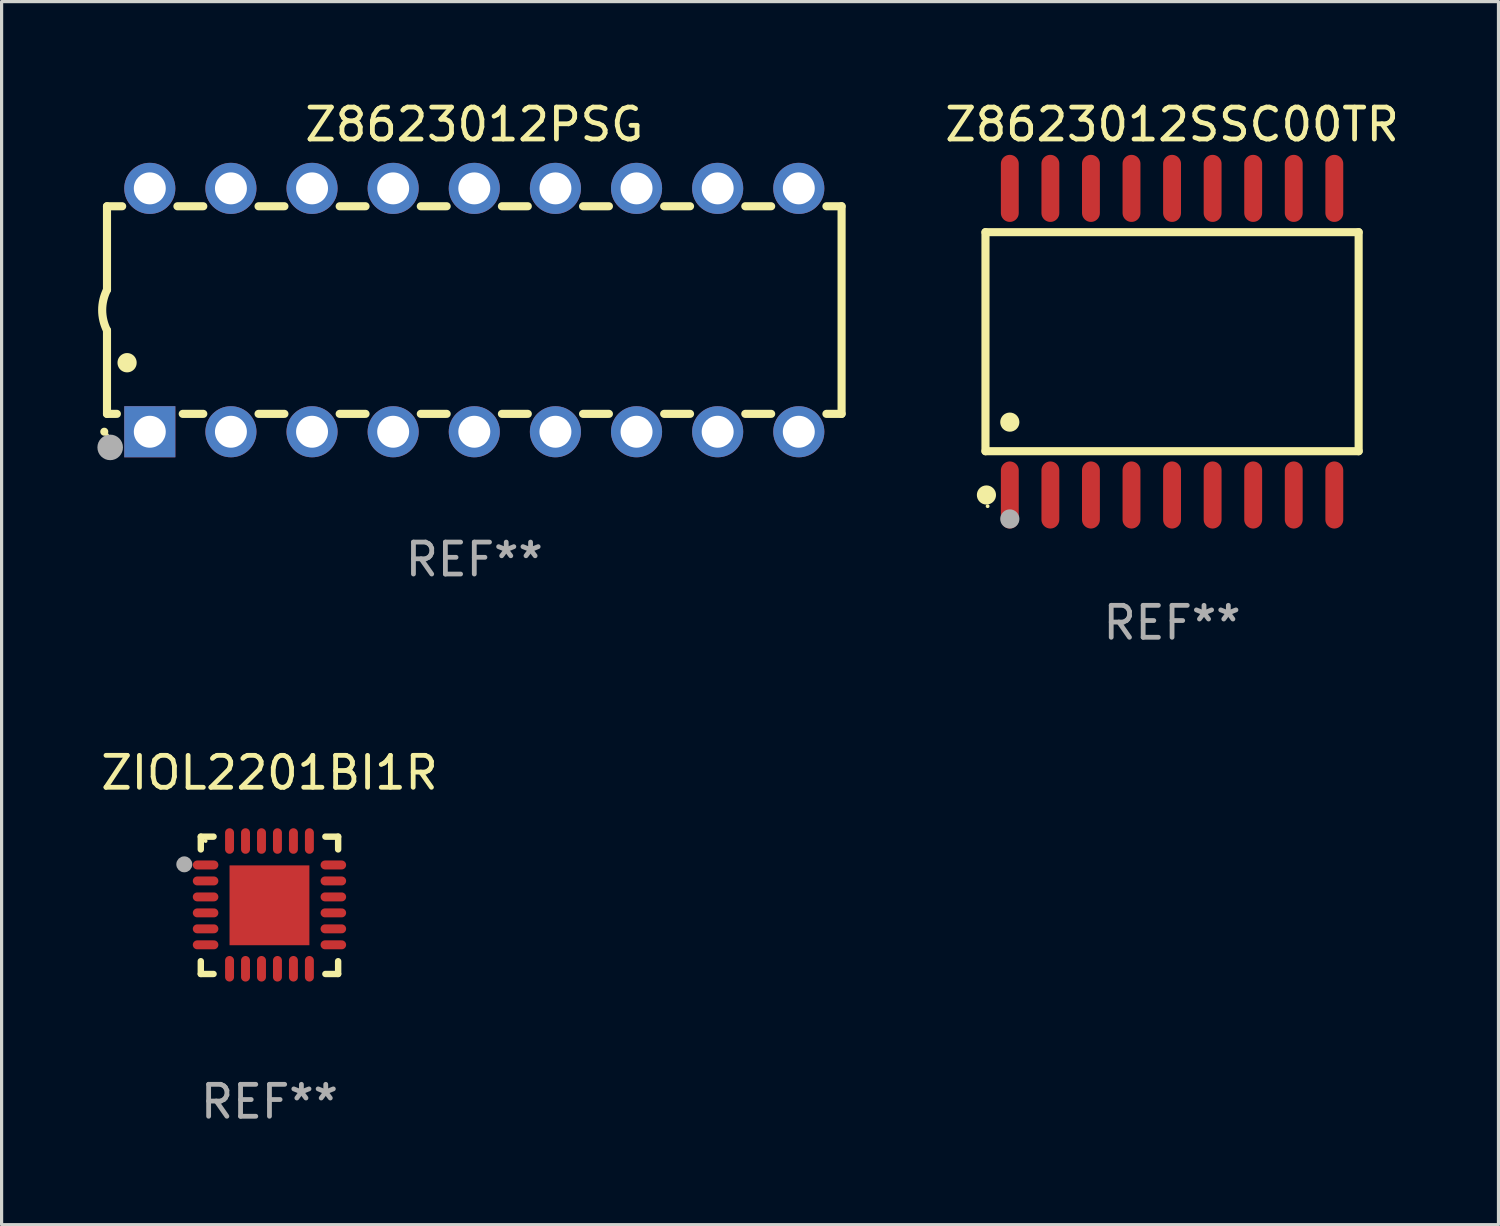
<source format=kicad_pcb>
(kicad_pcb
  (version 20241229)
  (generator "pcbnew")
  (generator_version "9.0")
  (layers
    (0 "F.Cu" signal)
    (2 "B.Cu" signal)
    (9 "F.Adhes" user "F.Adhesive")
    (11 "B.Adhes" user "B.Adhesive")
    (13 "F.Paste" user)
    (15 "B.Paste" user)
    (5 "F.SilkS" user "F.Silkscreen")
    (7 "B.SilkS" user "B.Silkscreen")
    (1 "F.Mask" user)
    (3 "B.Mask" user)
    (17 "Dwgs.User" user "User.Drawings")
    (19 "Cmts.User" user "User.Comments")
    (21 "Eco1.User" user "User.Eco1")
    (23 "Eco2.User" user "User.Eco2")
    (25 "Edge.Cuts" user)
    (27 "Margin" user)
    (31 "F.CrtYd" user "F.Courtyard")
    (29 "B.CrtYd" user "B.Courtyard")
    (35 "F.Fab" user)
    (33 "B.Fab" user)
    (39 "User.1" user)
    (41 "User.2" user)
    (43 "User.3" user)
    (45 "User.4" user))
  (footprint "ZIOL2201BI1R"
    (layer "F.Cu")
    (at 5.387 25.295)
    (property "Reference" "ZIOL2201BI1R" (at 0 -4.15 0) (layer "F.SilkS") (effects (font (size 1 1) (thickness 0.15))))
    (attr through_hole)
    (fp_line (start -2.15 -2.15) (end -1.75 -2.15) (stroke (width 0.2) (type solid)) (layer "F.SilkS"))
    (fp_line (start -2.15 -1.75) (end -2.15 -2.15) (stroke (width 0.2) (type solid)) (layer "F.SilkS"))
    (fp_line (start -2.15 2.15) (end -2.15 1.75) (stroke (width 0.2) (type solid)) (layer "F.SilkS"))
    (fp_line (start -1.75 2.15) (end -2.15 2.15) (stroke (width 0.2) (type solid)) (layer "F.SilkS"))
    (fp_line (start 1.75 -2.15) (end 2.15 -2.15) (stroke (width 0.2) (type solid)) (layer "F.SilkS"))
    (fp_line (start 1.75 2.15) (end 2.15 2.15) (stroke (width 0.2) (type solid)) (layer "F.SilkS"))
    (fp_line (start 2.15 -2.15) (end 2.15 -1.75) (stroke (width 0.2) (type solid)) (layer "F.SilkS"))
    (fp_line (start 2.15 2.15) (end 2.15 1.75) (stroke (width 0.2) (type solid)) (layer "F.SilkS"))
    (fp_circle (center -2 -2.013) (end -1.97 -2.013) (stroke (width 0.06) (type solid)) (fill no) (layer "F.SilkS"))
    (fp_circle (center -2.667 -1.283) (end -2.542 -1.283) (stroke (width 0.25) (type solid)) (fill no) (layer "F.Fab"))
    (fp_text user "REF**" (at 0 6.15 0) (layer "F.Fab") (effects (font (size 1 1) (thickness 0.15))))
    (pad "1" smd oval (at -2 -1.263) (size 0.8 0.28) (layers "F.Cu" "F.Mask" "F.Paste"))
    (pad "2" smd oval (at -2 -0.763) (size 0.8 0.28) (layers "F.Cu" "F.Mask" "F.Paste"))
    (pad "3" smd oval (at -2 -0.263) (size 0.8 0.28) (layers "F.Cu" "F.Mask" "F.Paste"))
    (pad "4" smd oval (at -2 0.237) (size 0.8 0.28) (layers "F.Cu" "F.Mask" "F.Paste"))
    (pad "5" smd oval (at -2 0.737) (size 0.8 0.28) (layers "F.Cu" "F.Mask" "F.Paste"))
    (pad "6" smd oval (at -2 1.237) (size 0.8 0.28) (layers "F.Cu" "F.Mask" "F.Paste"))
    (pad "7" smd oval (at -1.25 1.987) (size 0.28 0.8) (layers "F.Cu" "F.Mask" "F.Paste"))
    (pad "8" smd oval (at -0.75 1.987) (size 0.28 0.8) (layers "F.Cu" "F.Mask" "F.Paste"))
    (pad "9" smd oval (at -0.25 1.987) (size 0.28 0.8) (layers "F.Cu" "F.Mask" "F.Paste"))
    (pad "10" smd oval (at 0.25 1.987) (size 0.28 0.8) (layers "F.Cu" "F.Mask" "F.Paste"))
    (pad "11" smd oval (at 0.75 1.987) (size 0.28 0.8) (layers "F.Cu" "F.Mask" "F.Paste"))
    (pad "12" smd oval (at 1.25 1.987) (size 0.28 0.8) (layers "F.Cu" "F.Mask" "F.Paste"))
    (pad "13" smd oval (at 2 1.237) (size 0.8 0.28) (layers "F.Cu" "F.Mask" "F.Paste"))
    (pad "14" smd oval (at 2 0.737) (size 0.8 0.28) (layers "F.Cu" "F.Mask" "F.Paste"))
    (pad "15" smd oval (at 2 0.237) (size 0.8 0.28) (layers "F.Cu" "F.Mask" "F.Paste"))
    (pad "16" smd oval (at 2 -0.263) (size 0.8 0.28) (layers "F.Cu" "F.Mask" "F.Paste"))
    (pad "17" smd oval (at 2 -0.763) (size 0.8 0.28) (layers "F.Cu" "F.Mask" "F.Paste"))
    (pad "18" smd oval (at 2 -1.263) (size 0.8 0.28) (layers "F.Cu" "F.Mask" "F.Paste"))
    (pad "19" smd oval (at 1.25 -2.013) (size 0.28 0.8) (layers "F.Cu" "F.Mask" "F.Paste"))
    (pad "20" smd oval (at 0.75 -2.013) (size 0.28 0.8) (layers "F.Cu" "F.Mask" "F.Paste"))
    (pad "21" smd oval (at 0.25 -2.013) (size 0.28 0.8) (layers "F.Cu" "F.Mask" "F.Paste"))
    (pad "22" smd oval (at -0.25 -2.013) (size 0.28 0.8) (layers "F.Cu" "F.Mask" "F.Paste"))
    (pad "23" smd oval (at -0.75 -2.013) (size 0.28 0.8) (layers "F.Cu" "F.Mask" "F.Paste"))
    (pad "24" smd oval (at -1.25 -2.013) (size 0.28 0.8) (layers "F.Cu" "F.Mask" "F.Paste"))
    (pad "25" smd rect (at -0.000127 -0.00014) (size 2.5 2.5) (layers "F.Cu" "F.Mask" "F.Paste")))
  (footprint "Z8623012SSC00TR"
    (layer "F.Cu")
    (at 33.647 7.648)
    (property "Reference" "Z8623012SSC00TR" (at 0 -6.8 0) (layer "F.SilkS") (effects (font (size 1 1) (thickness 0.15))))
    (attr through_hole)
    (fp_line (start -5.842 -3.429) (end -5.842 3.429) (stroke (width 0.254) (type solid)) (layer "F.SilkS"))
    (fp_line (start -5.842 3.429) (end 5.842 3.429) (stroke (width 0.254) (type solid)) (layer "F.SilkS"))
    (fp_line (start 5.842 -3.429) (end -5.842 -3.429) (stroke (width 0.254) (type solid)) (layer "F.SilkS"))
    (fp_line (start 5.842 3.429) (end 5.842 -3.429) (stroke (width 0.254) (type solid)) (layer "F.SilkS"))
    (fp_circle (center -5.812 4.8) (end -5.662 4.8) (stroke (width 0.3) (type solid)) (fill no) (layer "F.SilkS"))
    (fp_circle (center -5.775 5.15) (end -5.745 5.15) (stroke (width 0.06) (type solid)) (fill no) (layer "F.SilkS"))
    (fp_circle (center -5.08 2.519) (end -4.93 2.519) (stroke (width 0.3) (type solid)) (fill no) (layer "F.SilkS"))
    (fp_circle (center -5.08 5.55) (end -4.93 5.55) (stroke (width 0.3) (type solid)) (fill no) (layer "F.Fab"))
    (fp_text user "REF**" (at 0 8.8 0) (layer "F.Fab") (effects (font (size 1 1) (thickness 0.15))))
    (pad "1" smd oval (at -5.08 4.8) (size 0.56 2.1) (layers "F.Cu" "F.Mask" "F.Paste"))
    (pad "2" smd oval (at -3.81 4.8) (size 0.56 2.1) (layers "F.Cu" "F.Mask" "F.Paste"))
    (pad "3" smd oval (at -2.54 4.8) (size 0.56 2.1) (layers "F.Cu" "F.Mask" "F.Paste"))
    (pad "4" smd oval (at -1.27 4.8) (size 0.56 2.1) (layers "F.Cu" "F.Mask" "F.Paste"))
    (pad "5" smd oval (at 0 4.8) (size 0.56 2.1) (layers "F.Cu" "F.Mask" "F.Paste"))
    (pad "6" smd oval (at 1.27 4.8) (size 0.56 2.1) (layers "F.Cu" "F.Mask" "F.Paste"))
    (pad "7" smd oval (at 2.54 4.8) (size 0.56 2.1) (layers "F.Cu" "F.Mask" "F.Paste"))
    (pad "8" smd oval (at 3.81 4.8) (size 0.56 2.1) (layers "F.Cu" "F.Mask" "F.Paste"))
    (pad "9" smd oval (at 5.08 4.8) (size 0.56 2.1) (layers "F.Cu" "F.Mask" "F.Paste"))
    (pad "10" smd oval (at 5.08 -4.8) (size 0.56 2.1) (layers "F.Cu" "F.Mask" "F.Paste"))
    (pad "11" smd oval (at 3.81 -4.8) (size 0.56 2.1) (layers "F.Cu" "F.Mask" "F.Paste"))
    (pad "12" smd oval (at 2.54 -4.8) (size 0.56 2.1) (layers "F.Cu" "F.Mask" "F.Paste"))
    (pad "13" smd oval (at 1.27 -4.8) (size 0.56 2.1) (layers "F.Cu" "F.Mask" "F.Paste"))
    (pad "14" smd oval (at 0 -4.8) (size 0.56 2.1) (layers "F.Cu" "F.Mask" "F.Paste"))
    (pad "15" smd oval (at -1.27 -4.8) (size 0.56 2.1) (layers "F.Cu" "F.Mask" "F.Paste"))
    (pad "16" smd oval (at -2.54 -4.8) (size 0.56 2.1) (layers "F.Cu" "F.Mask" "F.Paste"))
    (pad "17" smd oval (at -3.81 -4.8) (size 0.56 2.1) (layers "F.Cu" "F.Mask" "F.Paste"))
    (pad "18" smd oval (at -5.08 -4.8) (size 0.56 2.1) (layers "F.Cu" "F.Mask" "F.Paste")))
  (footprint "Z8623012PSG"
    (layer "F.Cu")
    (at 11.8 6.658)
    (property "Reference" "Z8623012PSG" (at 0 -5.81 0) (layer "F.SilkS") (effects (font (size 1 1) (thickness 0.15))))
    (attr through_hole)
    (fp_line (start -11.5 -3.25) (end -11.5 -0.635) (stroke (width 0.254) (type solid)) (layer "F.SilkS"))
    (fp_line (start -11.5 3.25) (end -11.5 0.635) (stroke (width 0.254) (type solid)) (layer "F.SilkS"))
    (fp_line (start -11.5 3.25) (end -11.191 3.25) (stroke (width 0.254) (type solid)) (layer "F.SilkS"))
    (fp_line (start -11.025 -3.25) (end -11.5 -3.25) (stroke (width 0.254) (type solid)) (layer "F.SilkS"))
    (fp_line (start -9.129 3.25) (end -8.485 3.25) (stroke (width 0.254) (type solid)) (layer "F.SilkS"))
    (fp_line (start -8.485 -3.25) (end -9.295 -3.25) (stroke (width 0.254) (type solid)) (layer "F.SilkS"))
    (fp_line (start -6.755 3.25) (end -5.945 3.25) (stroke (width 0.254) (type solid)) (layer "F.SilkS"))
    (fp_line (start -5.945 -3.25) (end -6.755 -3.25) (stroke (width 0.254) (type solid)) (layer "F.SilkS"))
    (fp_line (start -4.215 3.25) (end -3.405 3.25) (stroke (width 0.254) (type solid)) (layer "F.SilkS"))
    (fp_line (start -3.405 -3.25) (end -4.215 -3.25) (stroke (width 0.254) (type solid)) (layer "F.SilkS"))
    (fp_line (start -1.675 3.25) (end -0.865 3.25) (stroke (width 0.254) (type solid)) (layer "F.SilkS"))
    (fp_line (start -0.865 -3.25) (end -1.675 -3.25) (stroke (width 0.254) (type solid)) (layer "F.SilkS"))
    (fp_line (start 0.865 3.25) (end 1.675 3.25) (stroke (width 0.254) (type solid)) (layer "F.SilkS"))
    (fp_line (start 1.675 -3.25) (end 0.865 -3.25) (stroke (width 0.254) (type solid)) (layer "F.SilkS"))
    (fp_line (start 3.405 3.25) (end 4.215 3.25) (stroke (width 0.254) (type solid)) (layer "F.SilkS"))
    (fp_line (start 4.215 -3.25) (end 3.405 -3.25) (stroke (width 0.254) (type solid)) (layer "F.SilkS"))
    (fp_line (start 5.945 3.25) (end 6.755 3.25) (stroke (width 0.254) (type solid)) (layer "F.SilkS"))
    (fp_line (start 6.755 -3.25) (end 5.945 -3.25) (stroke (width 0.254) (type solid)) (layer "F.SilkS"))
    (fp_line (start 8.485 3.25) (end 9.295 3.25) (stroke (width 0.254) (type solid)) (layer "F.SilkS"))
    (fp_line (start 9.295 -3.25) (end 8.485 -3.25) (stroke (width 0.254) (type solid)) (layer "F.SilkS"))
    (fp_line (start 11.025 3.25) (end 11.5 3.25) (stroke (width 0.254) (type solid)) (layer "F.SilkS"))
    (fp_line (start 11.5 -3.25) (end 11.025 -3.25) (stroke (width 0.254) (type solid)) (layer "F.SilkS"))
    (fp_line (start 11.5 -3.25) (end 11.5 3.25) (stroke (width 0.254) (type solid)) (layer "F.SilkS"))
    (fp_arc (start -11.584963 3.810008) (mid -11.58497 3.808738) (end -11.584963 3.807468) (stroke (width 0.25) (type solid)) (layer "F.SilkS"))
    (fp_arc (start -11.501143 0.635001) (mid -11.650665 -0.000132) (end -11.500025 -0.635001) (stroke (width 0.254001) (type solid)) (layer "F.SilkS"))
    (fp_arc (start -10.871222 1.651003) (mid -10.871233 1.648463) (end -10.871222 1.645923) (stroke (width 0.6) (type solid)) (layer "F.SilkS"))
    (fp_circle (center -11.5 3.91) (end -11.47 3.91) (stroke (width 0.06) (type solid)) (fill no) (layer "F.SilkS"))
    (fp_circle (center -11.4 4.3) (end -11.2 4.3) (stroke (width 0.4) (type solid)) (fill no) (layer "F.Fab"))
    (fp_text user "REF**" (at 0 7.81 0) (layer "F.Fab") (effects (font (size 1 1) (thickness 0.15))))
    (pad "1" thru_hole rect (at -10.16 3.81 90) (size 1.6 1.6) (drill 1) (layers "*.Cu" "*.Mask"))
    (pad "2" thru_hole circle (at -7.62 3.81 90) (size 1.6 1.6) (drill 1) (layers "*.Cu" "*.Mask"))
    (pad "3" thru_hole circle (at -5.08 3.81 90) (size 1.6 1.6) (drill 1) (layers "*.Cu" "*.Mask"))
    (pad "4" thru_hole circle (at -2.54 3.81 90) (size 1.6 1.6) (drill 1) (layers "*.Cu" "*.Mask"))
    (pad "5" thru_hole circle (at 0 3.81 90) (size 1.6 1.6) (drill 1) (layers "*.Cu" "*.Mask"))
    (pad "6" thru_hole circle (at 2.54 3.81 90) (size 1.6 1.6) (drill 1) (layers "*.Cu" "*.Mask"))
    (pad "7" thru_hole circle (at 5.08 3.81 90) (size 1.6 1.6) (drill 1) (layers "*.Cu" "*.Mask"))
    (pad "8" thru_hole circle (at 7.62 3.81 90) (size 1.6 1.6) (drill 1) (layers "*.Cu" "*.Mask"))
    (pad "9" thru_hole circle (at 10.16 3.81 90) (size 1.6 1.6) (drill 1) (layers "*.Cu" "*.Mask"))
    (pad "10" thru_hole circle (at 10.16 -3.81 90) (size 1.6 1.6) (drill 1) (layers "*.Cu" "*.Mask"))
    (pad "11" thru_hole circle (at 7.62 -3.81 90) (size 1.6 1.6) (drill 1) (layers "*.Cu" "*.Mask"))
    (pad "12" thru_hole circle (at 5.08 -3.81 90) (size 1.6 1.6) (drill 1) (layers "*.Cu" "*.Mask"))
    (pad "13" thru_hole circle (at 2.54 -3.81 90) (size 1.6 1.6) (drill 1) (layers "*.Cu" "*.Mask"))
    (pad "14" thru_hole circle (at 0 -3.81 90) (size 1.6 1.6) (drill 1) (layers "*.Cu" "*.Mask"))
    (pad "15" thru_hole circle (at -2.54 -3.81 90) (size 1.6 1.6) (drill 1) (layers "*.Cu" "*.Mask"))
    (pad "16" thru_hole circle (at -5.08 -3.81 90) (size 1.6 1.6) (drill 1) (layers "*.Cu" "*.Mask"))
    (pad "17" thru_hole circle (at -7.62 -3.81 90) (size 1.6 1.6) (drill 1) (layers "*.Cu" "*.Mask"))
    (pad "18" thru_hole circle (at -10.16 -3.81 90) (size 1.6 1.6) (drill 1) (layers "*.Cu" "*.Mask")))
  (gr_rect
    (start -3 -3)
    (end 43.867 35.293)
    (stroke (width 0.1) (type default))
    (fill no)
    (layer "Edge.Cuts")))
</source>
